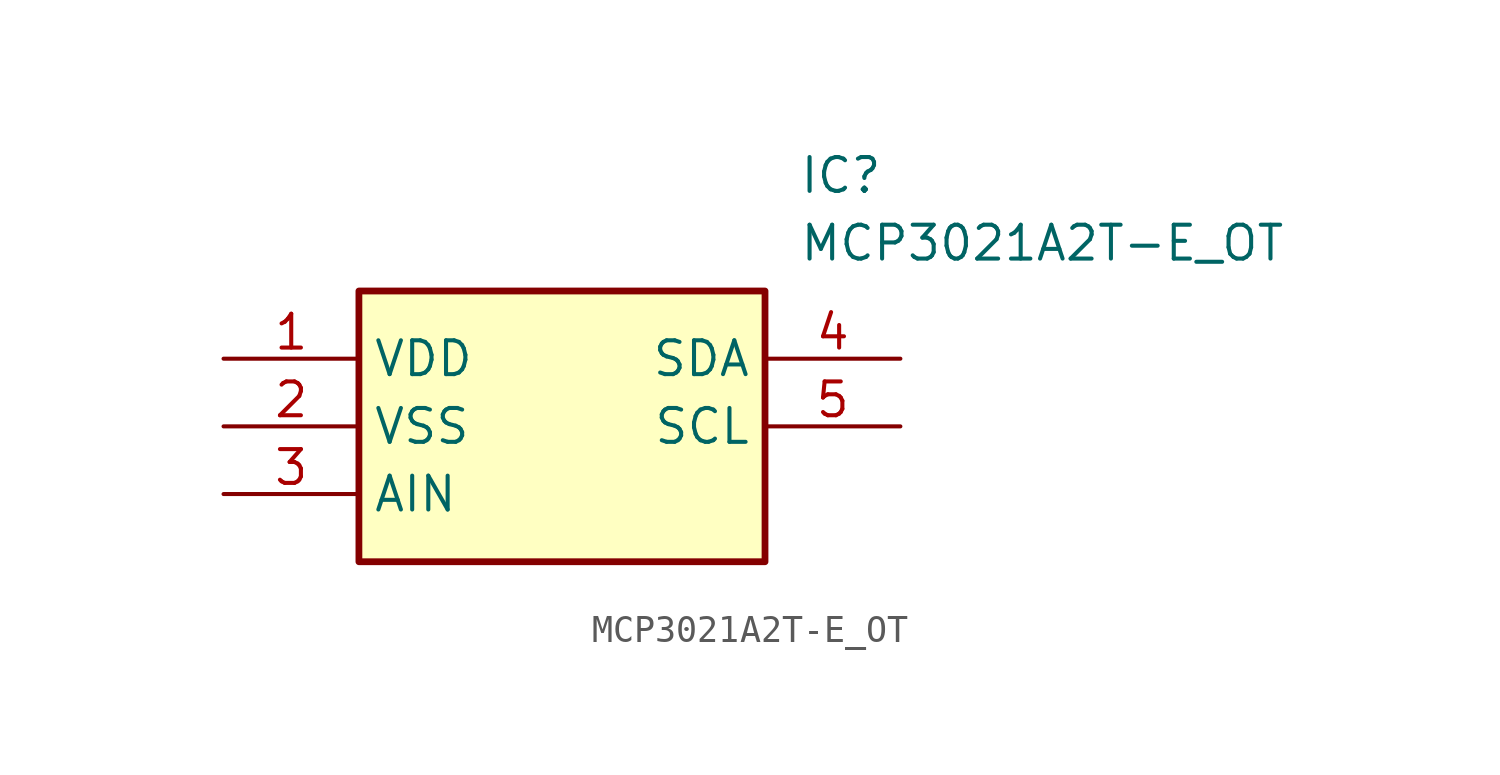
<source format=kicad_sym>
(kicad_symbol_lib
  (version 20211014)
  (generator SamacSys_ECAD_Model)
  (symbol "MCP3021A2T-E_OT"
    (property "Reference" "IC"
      (at 21.59 7.62 0)
      (effects (font (size 1.27 1.27)) (justify left top)))
    (property "Value" "MCP3021A2T-E_OT"
      (at 21.59 5.08 0)
      (effects (font (size 1.27 1.27)) (justify left top)))
    (rectangle
      (start 5.08 2.54)
      (end 20.32 -7.62)
      (stroke (width 0.254) (type default))
      (fill (type background)))
    (pin passive line
      (at 0 0 0)
      (length 5.08)
      (name "VDD" (effects (font (size 1.27 1.27))))
      (number "1" (effects (font (size 1.27 1.27)))))
    (pin passive line
      (at 0 -2.54 0)
      (length 5.08)
      (name "VSS" (effects (font (size 1.27 1.27))))
      (number "2" (effects (font (size 1.27 1.27)))))
    (pin passive line
      (at 0 -5.08 0)
      (length 5.08)
      (name "AIN" (effects (font (size 1.27 1.27))))
      (number "3" (effects (font (size 1.27 1.27)))))
    (pin passive line
      (at 25.4 0 180)
      (length 5.08)
      (name "SDA" (effects (font (size 1.27 1.27))))
      (number "4" (effects (font (size 1.27 1.27)))))
    (pin passive line
      (at 25.4 -2.54 180)
      (length 5.08)
      (name "SCL" (effects (font (size 1.27 1.27))))
      (number "5" (effects (font (size 1.27 1.27)))))))
</source>
